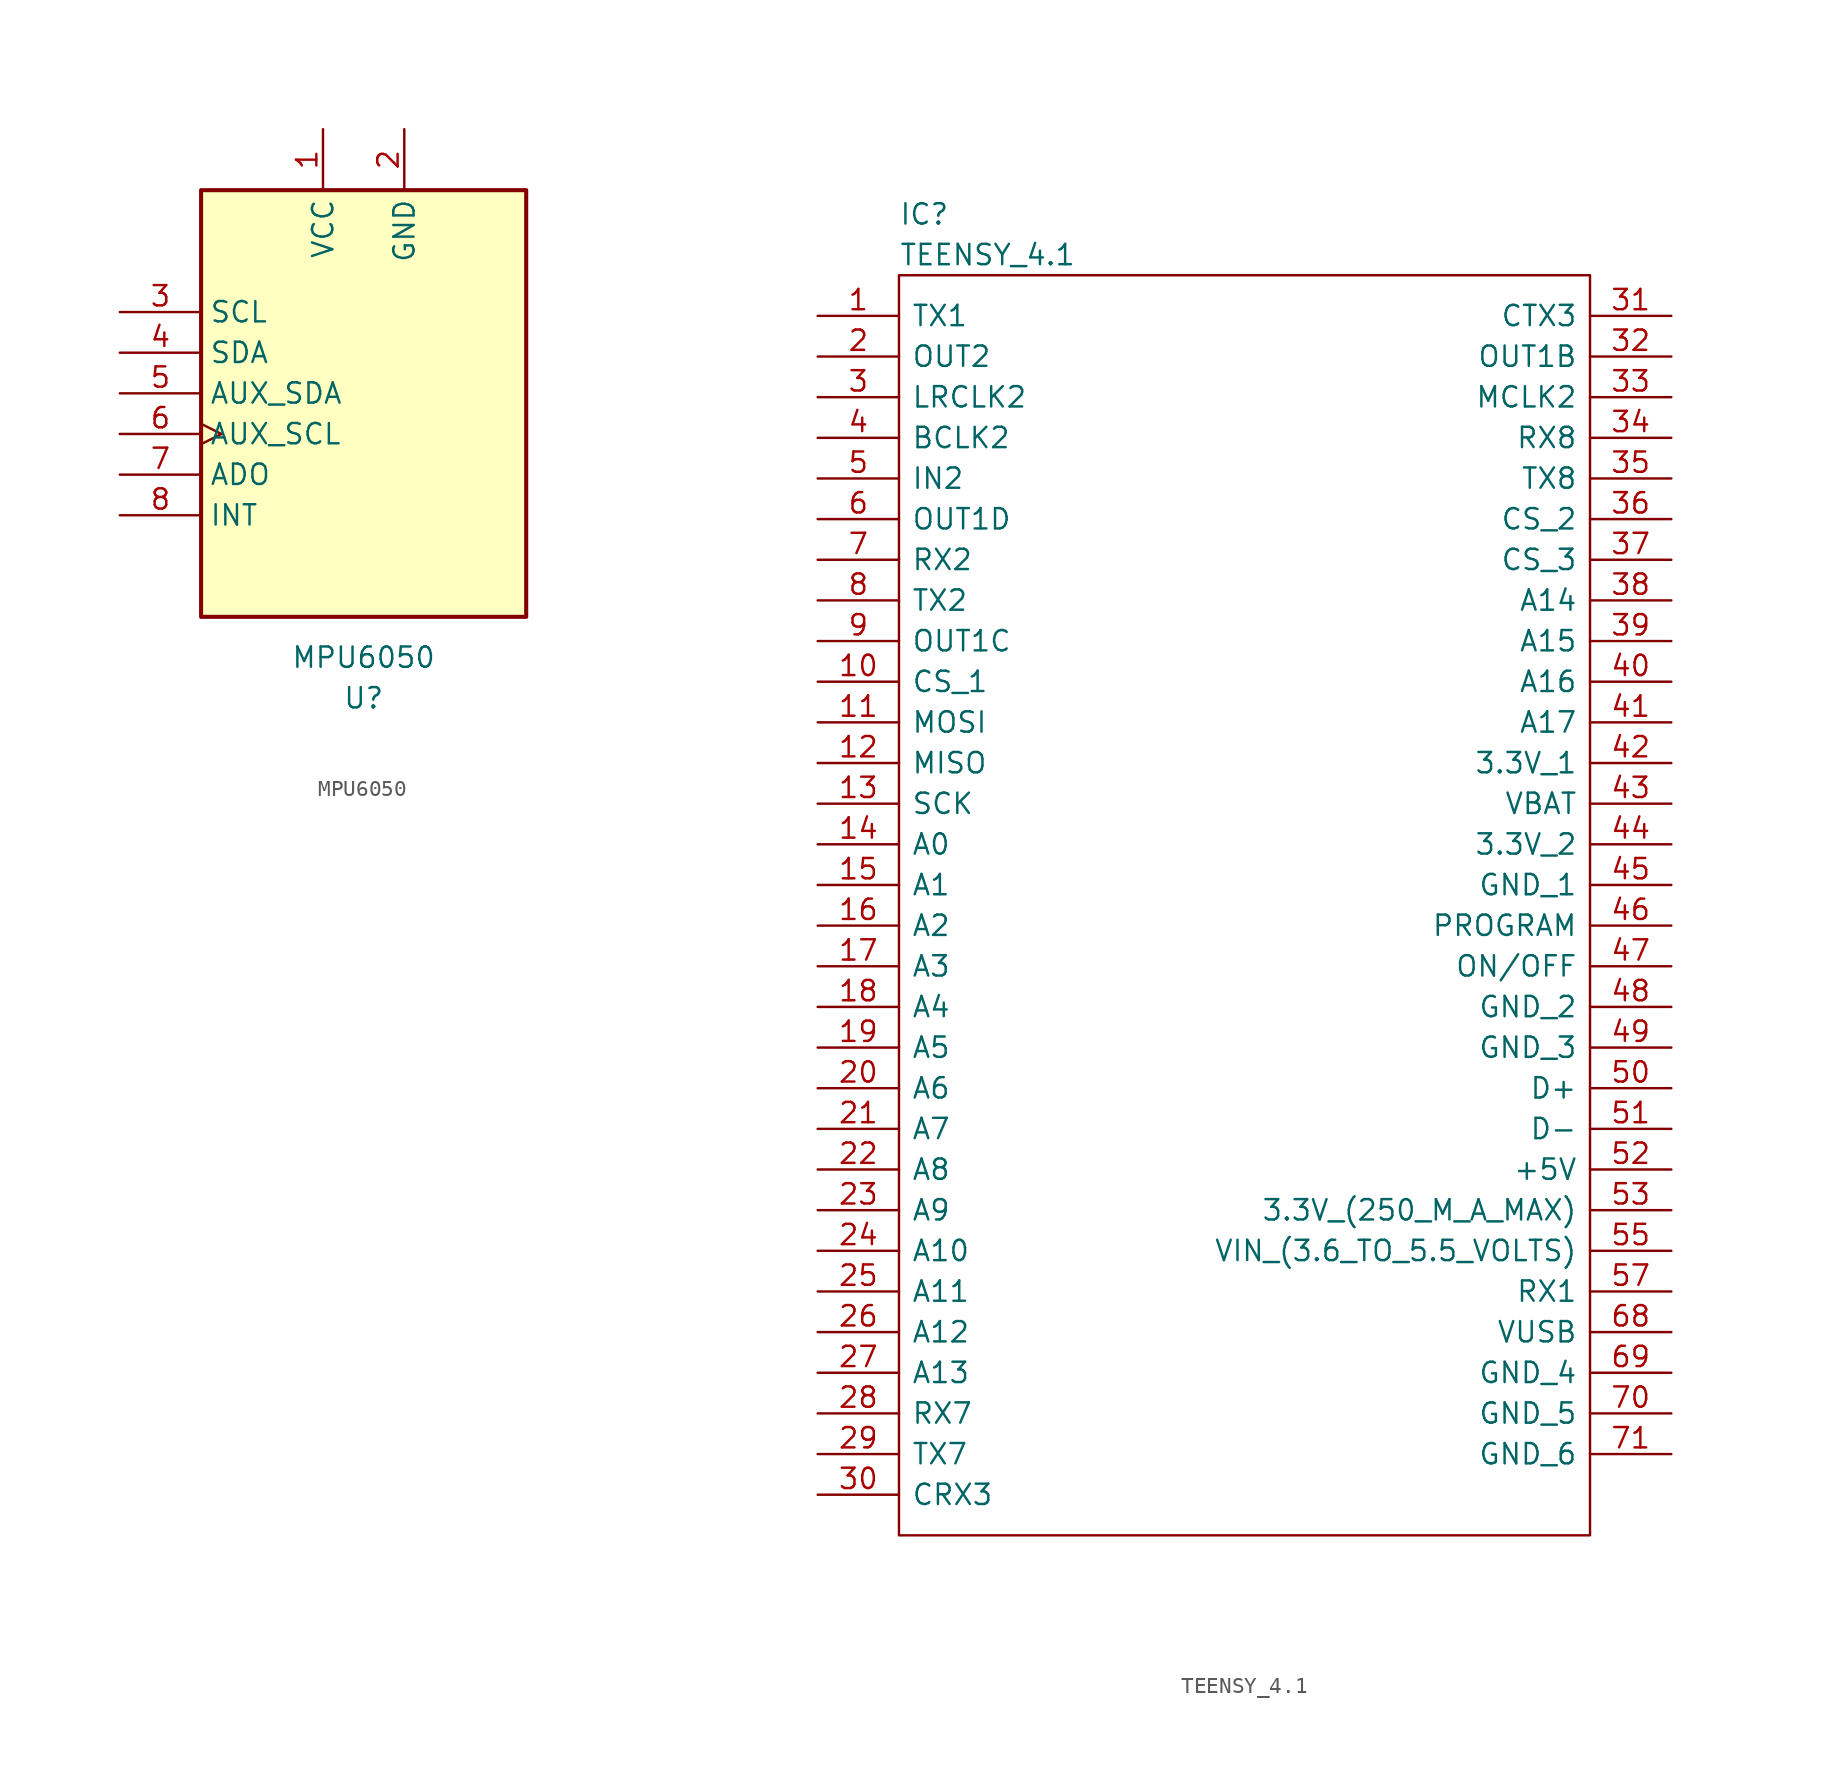
<source format=kicad_sym>
(kicad_symbol_lib
  (version 20211014)
  (generator kicad_symbol_editor)
  (symbol "MPU6050"
    (property "Reference" "U"
      (at 0 -19.05 0)
      (effects (font (size 1.27 1.27))))
    (property "Value" "MPU6050"
      (at 0 -16.51 0)
      (effects (font (size 1.27 1.27))))
    (symbol "MPU6050_0_0"
      (text "" (at 15.24 -3.81 0) (effects (font (size 1.27 1.27)))))
    (symbol "MPU6050_0_1"
      (rectangle (start -10.16 12.7) (end 10.16 -13.97) (stroke (width 0.254) (type default) (color 0 0 0 0)) (fill (type background))))
    (symbol "MPU6050_1_1"
      (pin power_in line (at -2.54 16.51 270) (length 3.81) (name "VCC" (effects (font (size 1.27 1.27)))) (number "1" (effects (font (size 1.27 1.27)))))
      (pin power_in line (at 2.54 16.51 270) (length 3.81) (name "GND" (effects (font (size 1.27 1.27)))) (number "2" (effects (font (size 1.27 1.27)))))
      (pin input line (at -15.24 5.08 0) (length 5.08) (name "SCL" (effects (font (size 1.27 1.27)))) (number "3" (effects (font (size 1.27 1.27)))))
      (pin bidirectional line (at -15.24 2.54 0) (length 5.08) (name "SDA" (effects (font (size 1.27 1.27)))) (number "4" (effects (font (size 1.27 1.27)))))
      (pin bidirectional line (at -15.24 0 0) (length 5.08) (name "AUX_SDA" (effects (font (size 1.27 1.27)))) (number "5" (effects (font (size 1.27 1.27)))))
      (pin output clock (at -15.24 -2.54 0) (length 5.08) (name "AUX_SCL" (effects (font (size 1.27 1.27)))) (number "6" (effects (font (size 1.27 1.27)))))
      (pin passive line (at -15.24 -5.08 0) (length 5.08) (name "ADO" (effects (font (size 1.27 1.27)))) (number "7" (effects (font (size 1.27 1.27)))))
      (pin output line (at -15.24 -7.62 0) (length 5.08) (name "INT" (effects (font (size 1.27 1.27)))) (number "8" (effects (font (size 1.27 1.27)))))))
  (symbol "TEENSY_4.1"
    (pin_names
      (offset 0.762))
    (property "Reference" "IC"
      (at -21.59 41.91 0)
      (effects (font (size 1.27 1.27)) (justify left)))
    (property "Value" "TEENSY_4.1"
      (at -21.59 39.37 0)
      (effects (font (size 1.27 1.27)) (justify left)))
    (symbol "TEENSY_4.1_0_0"
      (pin passive line (at -26.67 35.56 0) (length 5.08) (name "TX1" (effects (font (size 1.27 1.27)))) (number "1" (effects (font (size 1.27 1.27)))))
      (pin passive line (at -26.67 12.7 0) (length 5.08) (name "CS_1" (effects (font (size 1.27 1.27)))) (number "10" (effects (font (size 1.27 1.27)))))
      (pin passive line (at -26.67 10.16 0) (length 5.08) (name "MOSI" (effects (font (size 1.27 1.27)))) (number "11" (effects (font (size 1.27 1.27)))))
      (pin passive line (at -26.67 7.62 0) (length 5.08) (name "MISO" (effects (font (size 1.27 1.27)))) (number "12" (effects (font (size 1.27 1.27)))))
      (pin passive line (at -26.67 5.08 0) (length 5.08) (name "SCK" (effects (font (size 1.27 1.27)))) (number "13" (effects (font (size 1.27 1.27)))))
      (pin passive line (at -26.67 2.54 0) (length 5.08) (name "A0" (effects (font (size 1.27 1.27)))) (number "14" (effects (font (size 1.27 1.27)))))
      (pin passive line (at -26.67 0 0) (length 5.08) (name "A1" (effects (font (size 1.27 1.27)))) (number "15" (effects (font (size 1.27 1.27)))))
      (pin passive line (at -26.67 -2.54 0) (length 5.08) (name "A2" (effects (font (size 1.27 1.27)))) (number "16" (effects (font (size 1.27 1.27)))))
      (pin passive line (at -26.67 -5.08 0) (length 5.08) (name "A3" (effects (font (size 1.27 1.27)))) (number "17" (effects (font (size 1.27 1.27)))))
      (pin passive line (at -26.67 -7.62 0) (length 5.08) (name "A4" (effects (font (size 1.27 1.27)))) (number "18" (effects (font (size 1.27 1.27)))))
      (pin passive line (at -26.67 -10.16 0) (length 5.08) (name "A5" (effects (font (size 1.27 1.27)))) (number "19" (effects (font (size 1.27 1.27)))))
      (pin passive line (at -26.67 33.02 0) (length 5.08) (name "OUT2" (effects (font (size 1.27 1.27)))) (number "2" (effects (font (size 1.27 1.27)))))
      (pin passive line (at -26.67 -12.7 0) (length 5.08) (name "A6" (effects (font (size 1.27 1.27)))) (number "20" (effects (font (size 1.27 1.27)))))
      (pin passive line (at -26.67 -15.24 0) (length 5.08) (name "A7" (effects (font (size 1.27 1.27)))) (number "21" (effects (font (size 1.27 1.27)))))
      (pin passive line (at -26.67 -17.78 0) (length 5.08) (name "A8" (effects (font (size 1.27 1.27)))) (number "22" (effects (font (size 1.27 1.27)))))
      (pin passive line (at -26.67 -20.32 0) (length 5.08) (name "A9" (effects (font (size 1.27 1.27)))) (number "23" (effects (font (size 1.27 1.27)))))
      (pin passive line (at -26.67 -22.86 0) (length 5.08) (name "A10" (effects (font (size 1.27 1.27)))) (number "24" (effects (font (size 1.27 1.27)))))
      (pin passive line (at -26.67 -25.4 0) (length 5.08) (name "A11" (effects (font (size 1.27 1.27)))) (number "25" (effects (font (size 1.27 1.27)))))
      (pin passive line (at -26.67 -27.94 0) (length 5.08) (name "A12" (effects (font (size 1.27 1.27)))) (number "26" (effects (font (size 1.27 1.27)))))
      (pin passive line (at -26.67 -30.48 0) (length 5.08) (name "A13" (effects (font (size 1.27 1.27)))) (number "27" (effects (font (size 1.27 1.27)))))
      (pin passive line (at -26.67 -33.02 0) (length 5.08) (name "RX7" (effects (font (size 1.27 1.27)))) (number "28" (effects (font (size 1.27 1.27)))))
      (pin passive line (at -26.67 -35.56 0) (length 5.08) (name "TX7" (effects (font (size 1.27 1.27)))) (number "29" (effects (font (size 1.27 1.27)))))
      (pin passive line (at -26.67 30.48 0) (length 5.08) (name "LRCLK2" (effects (font (size 1.27 1.27)))) (number "3" (effects (font (size 1.27 1.27)))))
      (pin passive line (at -26.67 -38.1 0) (length 5.08) (name "CRX3" (effects (font (size 1.27 1.27)))) (number "30" (effects (font (size 1.27 1.27)))))
      (pin passive line (at 26.67 35.56 180) (length 5.08) (name "CTX3" (effects (font (size 1.27 1.27)))) (number "31" (effects (font (size 1.27 1.27)))))
      (pin passive line (at 26.67 33.02 180) (length 5.08) (name "OUT1B" (effects (font (size 1.27 1.27)))) (number "32" (effects (font (size 1.27 1.27)))))
      (pin passive line (at 26.67 30.48 180) (length 5.08) (name "MCLK2" (effects (font (size 1.27 1.27)))) (number "33" (effects (font (size 1.27 1.27)))))
      (pin passive line (at 26.67 27.94 180) (length 5.08) (name "RX8" (effects (font (size 1.27 1.27)))) (number "34" (effects (font (size 1.27 1.27)))))
      (pin passive line (at 26.67 25.4 180) (length 5.08) (name "TX8" (effects (font (size 1.27 1.27)))) (number "35" (effects (font (size 1.27 1.27)))))
      (pin passive line (at 26.67 22.86 180) (length 5.08) (name "CS_2" (effects (font (size 1.27 1.27)))) (number "36" (effects (font (size 1.27 1.27)))))
      (pin passive line (at 26.67 20.32 180) (length 5.08) (name "CS_3" (effects (font (size 1.27 1.27)))) (number "37" (effects (font (size 1.27 1.27)))))
      (pin passive line (at 26.67 17.78 180) (length 5.08) (name "A14" (effects (font (size 1.27 1.27)))) (number "38" (effects (font (size 1.27 1.27)))))
      (pin passive line (at 26.67 15.24 180) (length 5.08) (name "A15" (effects (font (size 1.27 1.27)))) (number "39" (effects (font (size 1.27 1.27)))))
      (pin passive line (at -26.67 27.94 0) (length 5.08) (name "BCLK2" (effects (font (size 1.27 1.27)))) (number "4" (effects (font (size 1.27 1.27)))))
      (pin passive line (at 26.67 12.7 180) (length 5.08) (name "A16" (effects (font (size 1.27 1.27)))) (number "40" (effects (font (size 1.27 1.27)))))
      (pin passive line (at 26.67 10.16 180) (length 5.08) (name "A17" (effects (font (size 1.27 1.27)))) (number "41" (effects (font (size 1.27 1.27)))))
      (pin passive line (at 26.67 7.62 180) (length 5.08) (name "3.3V_1" (effects (font (size 1.27 1.27)))) (number "42" (effects (font (size 1.27 1.27)))))
      (pin passive line (at 26.67 5.08 180) (length 5.08) (name "VBAT" (effects (font (size 1.27 1.27)))) (number "43" (effects (font (size 1.27 1.27)))))
      (pin passive line (at 26.67 2.54 180) (length 5.08) (name "3.3V_2" (effects (font (size 1.27 1.27)))) (number "44" (effects (font (size 1.27 1.27)))))
      (pin passive line (at 26.67 0 180) (length 5.08) (name "GND_1" (effects (font (size 1.27 1.27)))) (number "45" (effects (font (size 1.27 1.27)))))
      (pin passive line (at 26.67 -2.54 180) (length 5.08) (name "PROGRAM" (effects (font (size 1.27 1.27)))) (number "46" (effects (font (size 1.27 1.27)))))
      (pin passive line (at 26.67 -5.08 180) (length 5.08) (name "ON/OFF" (effects (font (size 1.27 1.27)))) (number "47" (effects (font (size 1.27 1.27)))))
      (pin passive line (at 26.67 -7.62 180) (length 5.08) (name "GND_2" (effects (font (size 1.27 1.27)))) (number "48" (effects (font (size 1.27 1.27)))))
      (pin passive line (at 26.67 -10.16 180) (length 5.08) (name "GND_3" (effects (font (size 1.27 1.27)))) (number "49" (effects (font (size 1.27 1.27)))))
      (pin passive line (at -26.67 25.4 0) (length 5.08) (name "IN2" (effects (font (size 1.27 1.27)))) (number "5" (effects (font (size 1.27 1.27)))))
      (pin passive line (at 26.67 -12.7 180) (length 5.08) (name "D+" (effects (font (size 1.27 1.27)))) (number "50" (effects (font (size 1.27 1.27)))))
      (pin passive line (at 26.67 -15.24 180) (length 5.08) (name "D-" (effects (font (size 1.27 1.27)))) (number "51" (effects (font (size 1.27 1.27)))))
      (pin passive line (at 26.67 -17.78 180) (length 5.08) (name "+5V" (effects (font (size 1.27 1.27)))) (number "52" (effects (font (size 1.27 1.27)))))
      (pin passive line (at 26.67 -20.32 180) (length 5.08) (name "3.3V_(250_M_A_MAX)" (effects (font (size 1.27 1.27)))) (number "53" (effects (font (size 1.27 1.27)))))
      (pin passive line (at 26.67 -22.86 180) (length 5.08) (name "VIN_(3.6_TO_5.5_VOLTS)" (effects (font (size 1.27 1.27)))) (number "55" (effects (font (size 1.27 1.27)))))
      (pin passive line (at 26.67 -25.4 180) (length 5.08) (name "RX1" (effects (font (size 1.27 1.27)))) (number "57" (effects (font (size 1.27 1.27)))))
      (pin passive line (at -26.67 22.86 0) (length 5.08) (name "OUT1D" (effects (font (size 1.27 1.27)))) (number "6" (effects (font (size 1.27 1.27)))))
      (pin passive line (at 26.67 -27.94 180) (length 5.08) (name "VUSB" (effects (font (size 1.27 1.27)))) (number "68" (effects (font (size 1.27 1.27)))))
      (pin passive line (at 26.67 -30.48 180) (length 5.08) (name "GND_4" (effects (font (size 1.27 1.27)))) (number "69" (effects (font (size 1.27 1.27)))))
      (pin passive line (at -26.67 20.32 0) (length 5.08) (name "RX2" (effects (font (size 1.27 1.27)))) (number "7" (effects (font (size 1.27 1.27)))))
      (pin passive line (at 26.67 -33.02 180) (length 5.08) (name "GND_5" (effects (font (size 1.27 1.27)))) (number "70" (effects (font (size 1.27 1.27)))))
      (pin passive line (at 26.67 -35.56 180) (length 5.08) (name "GND_6" (effects (font (size 1.27 1.27)))) (number "71" (effects (font (size 1.27 1.27)))))
      (pin passive line (at -26.67 17.78 0) (length 5.08) (name "TX2" (effects (font (size 1.27 1.27)))) (number "8" (effects (font (size 1.27 1.27)))))
      (pin passive line (at -26.67 15.24 0) (length 5.08) (name "OUT1C" (effects (font (size 1.27 1.27)))) (number "9" (effects (font (size 1.27 1.27))))))
    (symbol "TEENSY_4.1_0_1"
      (polyline (pts (xy -21.59 38.1) (xy 21.59 38.1) (xy 21.59 -40.64) (xy -21.59 -40.64) (xy -21.59 38.1)) (stroke (width 0.152) (type default) (color 0 0 0 0)) (fill (type none))))))
</source>
